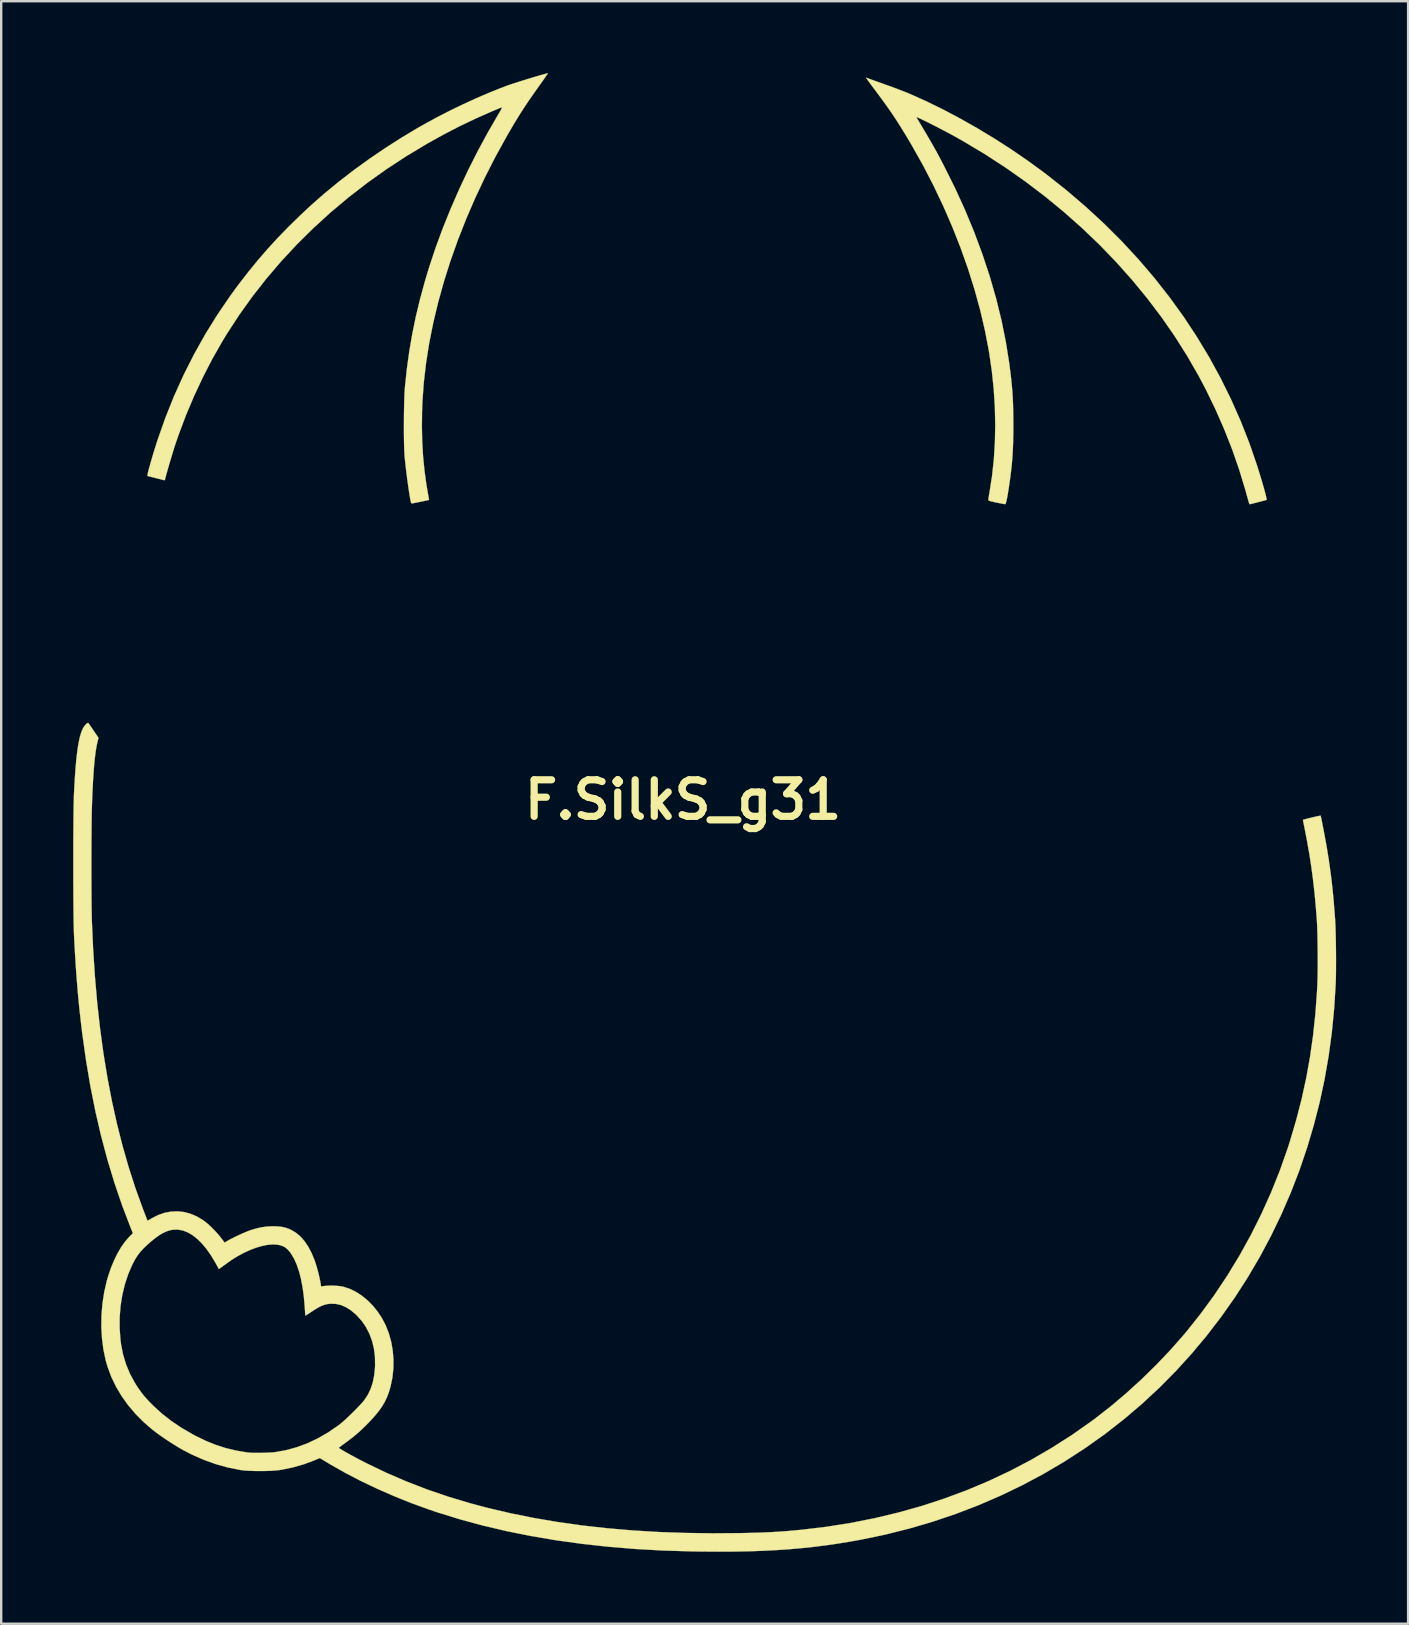
<source format=kicad_pcb>
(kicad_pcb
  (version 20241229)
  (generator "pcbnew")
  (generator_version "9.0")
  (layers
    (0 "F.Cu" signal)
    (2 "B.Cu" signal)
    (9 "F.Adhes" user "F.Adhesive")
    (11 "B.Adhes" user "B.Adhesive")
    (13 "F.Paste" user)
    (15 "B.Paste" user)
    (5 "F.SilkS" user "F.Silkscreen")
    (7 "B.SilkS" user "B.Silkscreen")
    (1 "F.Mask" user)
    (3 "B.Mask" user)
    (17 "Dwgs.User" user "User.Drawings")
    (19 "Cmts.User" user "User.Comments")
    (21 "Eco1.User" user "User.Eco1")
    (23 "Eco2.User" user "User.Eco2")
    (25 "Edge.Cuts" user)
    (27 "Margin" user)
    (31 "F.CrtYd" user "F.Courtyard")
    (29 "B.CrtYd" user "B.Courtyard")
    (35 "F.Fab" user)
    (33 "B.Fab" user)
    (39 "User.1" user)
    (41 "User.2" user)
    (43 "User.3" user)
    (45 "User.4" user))
  (footprint "F.SilkS_g31"
    (layer "F.Cu")
    (at 25.417 30.285)
    (property "Reference" "F.SilkS_g31" (at 0 0 0) (layer "F.SilkS") (effects (font (size 1.524 1.524) (thickness 0.3))))
    (attr through_hole)
    (fp_poly (pts (xy 7.651 -30.092) (xy 7.686 -30.079) (xy 7.718 -30.067) (xy 7.784 -30.043) (xy 7.88 -30.008) (xy 8.001 -29.964) (xy 8.141 -29.914) (xy 8.296 -29.859) (xy 8.403 -29.821) (xy 8.584 -29.756) (xy 8.77 -29.688) (xy 8.954 -29.619) (xy 9.126 -29.553) (xy 9.278 -29.494) (xy 9.401 -29.444) (xy 9.43 -29.432) (xy 10.128 -29.119) (xy 10.838 -28.772) (xy 11.555 -28.393) (xy 12.273 -27.986) (xy 12.986 -27.555) (xy 13.689 -27.103) (xy 14.375 -26.632) (xy 15.038 -26.148) (xy 15.155 -26.059) (xy 15.991 -25.397) (xy 16.791 -24.712) (xy 17.558 -24.005) (xy 18.289 -23.275) (xy 18.985 -22.523) (xy 19.645 -21.75) (xy 20.269 -20.956) (xy 20.858 -20.142) (xy 21.409 -19.308) (xy 21.924 -18.455) (xy 22.401 -17.582) (xy 22.841 -16.691) (xy 23.244 -15.782) (xy 23.608 -14.855) (xy 23.933 -13.91) (xy 24.116 -13.314) (xy 24.18 -13.093) (xy 24.233 -12.905) (xy 24.274 -12.751) (xy 24.303 -12.633) (xy 24.321 -12.551) (xy 24.325 -12.507) (xy 24.323 -12.5) (xy 24.299 -12.493) (xy 24.243 -12.477) (xy 24.162 -12.456) (xy 24.065 -12.431) (xy 23.96 -12.404) (xy 23.856 -12.377) (xy 23.761 -12.353) (xy 23.684 -12.334) (xy 23.632 -12.322) (xy 23.614 -12.319) (xy 23.603 -12.338) (xy 23.586 -12.385) (xy 23.573 -12.43) (xy 23.557 -12.486) (xy 23.532 -12.574) (xy 23.501 -12.685) (xy 23.466 -12.811) (xy 23.432 -12.933) (xy 23.176 -13.776) (xy 22.881 -14.622) (xy 22.548 -15.465) (xy 22.181 -16.299) (xy 21.782 -17.12) (xy 21.489 -17.674) (xy 21.008 -18.51) (xy 20.49 -19.328) (xy 19.934 -20.129) (xy 19.342 -20.91) (xy 18.715 -21.672) (xy 18.055 -22.412) (xy 17.361 -23.131) (xy 16.636 -23.826) (xy 15.88 -24.497) (xy 15.094 -25.143) (xy 14.279 -25.763) (xy 13.437 -26.355) (xy 12.569 -26.919) (xy 11.675 -27.453) (xy 11.353 -27.635) (xy 11.203 -27.717) (xy 11.043 -27.803) (xy 10.877 -27.891) (xy 10.708 -27.98) (xy 10.54 -28.066) (xy 10.378 -28.149) (xy 10.224 -28.226) (xy 10.085 -28.295) (xy 9.962 -28.354) (xy 9.86 -28.402) (xy 9.784 -28.435) (xy 9.737 -28.453) (xy 9.723 -28.453) (xy 9.723 -28.453) (xy 9.881 -28.188) (xy 10.02 -27.955) (xy 10.142 -27.748) (xy 10.251 -27.562) (xy 10.349 -27.392) (xy 10.44 -27.234) (xy 10.525 -27.081) (xy 10.608 -26.929) (xy 10.692 -26.773) (xy 10.779 -26.608) (xy 10.872 -26.428) (xy 10.873 -26.427) (xy 11.332 -25.507) (xy 11.753 -24.585) (xy 12.135 -23.662) (xy 12.478 -22.739) (xy 12.783 -21.819) (xy 13.047 -20.901) (xy 13.272 -19.987) (xy 13.456 -19.079) (xy 13.599 -18.177) (xy 13.652 -17.758) (xy 13.683 -17.481) (xy 13.708 -17.225) (xy 13.728 -16.981) (xy 13.743 -16.741) (xy 13.754 -16.494) (xy 13.761 -16.233) (xy 13.765 -15.948) (xy 13.767 -15.632) (xy 13.765 -15.266) (xy 13.759 -14.934) (xy 13.748 -14.627) (xy 13.732 -14.336) (xy 13.71 -14.053) (xy 13.681 -13.769) (xy 13.645 -13.475) (xy 13.601 -13.163) (xy 13.6 -13.155) (xy 13.566 -12.928) (xy 13.535 -12.741) (xy 13.509 -12.592) (xy 13.485 -12.478) (xy 13.464 -12.396) (xy 13.446 -12.345) (xy 13.429 -12.323) (xy 13.423 -12.321) (xy 13.391 -12.326) (xy 13.325 -12.338) (xy 13.234 -12.356) (xy 13.126 -12.377) (xy 13.06 -12.391) (xy 12.926 -12.42) (xy 12.829 -12.443) (xy 12.766 -12.463) (xy 12.733 -12.48) (xy 12.726 -12.491) (xy 12.727 -12.523) (xy 12.735 -12.587) (xy 12.749 -12.676) (xy 12.767 -12.781) (xy 12.772 -12.807) (xy 12.878 -13.48) (xy 12.954 -14.178) (xy 12.999 -14.896) (xy 13.013 -15.629) (xy 12.997 -16.373) (xy 12.949 -17.123) (xy 12.871 -17.875) (xy 12.868 -17.896) (xy 12.745 -18.728) (xy 12.582 -19.571) (xy 12.383 -20.424) (xy 12.146 -21.283) (xy 11.874 -22.146) (xy 11.567 -23.011) (xy 11.226 -23.874) (xy 10.853 -24.734) (xy 10.448 -25.586) (xy 10.013 -26.428) (xy 9.547 -27.258) (xy 9.358 -27.578) (xy 9.193 -27.85) (xy 9.04 -28.096) (xy 8.895 -28.325) (xy 8.75 -28.543) (xy 8.602 -28.76) (xy 8.444 -28.983) (xy 8.271 -29.221) (xy 8.078 -29.482) (xy 8.036 -29.538) (xy 7.936 -29.671) (xy 7.846 -29.792) (xy 7.768 -29.899) (xy 7.704 -29.986) (xy 7.658 -30.05) (xy 7.633 -30.087) (xy 7.629 -30.094) (xy 7.651 -30.092)) (stroke (width 0.01) (type solid)) (fill yes) (layer "F.SilkS"))
    (fp_poly (pts (xy -5.635 -30.28) (xy -5.644 -30.261) (xy -5.676 -30.212) (xy -5.726 -30.138) (xy -5.792 -30.044) (xy -5.871 -29.932) (xy -5.959 -29.809) (xy -5.974 -29.788) (xy -6.213 -29.452) (xy -6.431 -29.138) (xy -6.633 -28.834) (xy -6.828 -28.53) (xy -7.02 -28.216) (xy -7.218 -27.881) (xy -7.355 -27.644) (xy -7.823 -26.794) (xy -8.26 -25.937) (xy -8.665 -25.075) (xy -9.039 -24.209) (xy -9.38 -23.342) (xy -9.688 -22.476) (xy -9.962 -21.612) (xy -10.201 -20.753) (xy -10.406 -19.901) (xy -10.575 -19.058) (xy -10.707 -18.225) (xy -10.803 -17.405) (xy -10.861 -16.599) (xy -10.876 -16.209) (xy -10.883 -15.546) (xy -10.869 -14.912) (xy -10.833 -14.301) (xy -10.774 -13.707) (xy -10.693 -13.121) (xy -10.624 -12.723) (xy -10.607 -12.633) (xy -10.595 -12.559) (xy -10.589 -12.512) (xy -10.588 -12.498) (xy -10.61 -12.493) (xy -10.666 -12.48) (xy -10.749 -12.463) (xy -10.852 -12.441) (xy -10.922 -12.427) (xy -11.037 -12.403) (xy -11.139 -12.383) (xy -11.22 -12.366) (xy -11.273 -12.355) (xy -11.286 -12.352) (xy -11.323 -12.363) (xy -11.334 -12.382) (xy -11.351 -12.448) (xy -11.372 -12.551) (xy -11.395 -12.686) (xy -11.42 -12.847) (xy -11.447 -13.028) (xy -11.475 -13.225) (xy -11.502 -13.432) (xy -11.529 -13.644) (xy -11.554 -13.855) (xy -11.577 -14.06) (xy -11.597 -14.254) (xy -11.604 -14.319) (xy -11.612 -14.441) (xy -11.619 -14.6) (xy -11.625 -14.789) (xy -11.629 -15.002) (xy -11.632 -15.234) (xy -11.633 -15.479) (xy -11.632 -15.73) (xy -11.631 -15.983) (xy -11.628 -16.23) (xy -11.623 -16.466) (xy -11.617 -16.685) (xy -11.61 -16.881) (xy -11.602 -17.049) (xy -11.592 -17.177) (xy -11.512 -17.94) (xy -11.41 -18.685) (xy -11.284 -19.42) (xy -11.132 -20.154) (xy -10.954 -20.894) (xy -10.747 -21.648) (xy -10.569 -22.235) (xy -10.307 -23.021) (xy -10.012 -23.822) (xy -9.686 -24.63) (xy -9.332 -25.441) (xy -8.954 -26.246) (xy -8.554 -27.039) (xy -8.134 -27.815) (xy -7.734 -28.507) (xy -7.659 -28.634) (xy -7.605 -28.728) (xy -7.57 -28.794) (xy -7.552 -28.835) (xy -7.549 -28.856) (xy -7.559 -28.86) (xy -7.562 -28.859) (xy -7.597 -28.846) (xy -7.663 -28.82) (xy -7.753 -28.783) (xy -7.859 -28.738) (xy -7.948 -28.701) (xy -8.632 -28.399) (xy -9.303 -28.079) (xy -9.971 -27.733) (xy -10.647 -27.358) (xy -11.509 -26.841) (xy -12.345 -26.295) (xy -13.152 -25.721) (xy -13.931 -25.118) (xy -14.681 -24.49) (xy -15.399 -23.835) (xy -16.086 -23.157) (xy -16.74 -22.454) (xy -17.36 -21.728) (xy -17.946 -20.981) (xy -18.496 -20.213) (xy -19.01 -19.425) (xy -19.214 -19.088) (xy -19.626 -18.362) (xy -20.015 -17.606) (xy -20.379 -16.828) (xy -20.714 -16.036) (xy -21.015 -15.237) (xy -21.146 -14.859) (xy -21.181 -14.75) (xy -21.223 -14.619) (xy -21.268 -14.472) (xy -21.316 -14.315) (xy -21.364 -14.153) (xy -21.412 -13.992) (xy -21.457 -13.837) (xy -21.498 -13.694) (xy -21.534 -13.568) (xy -21.562 -13.464) (xy -21.581 -13.389) (xy -21.59 -13.347) (xy -21.59 -13.343) (xy -21.602 -13.323) (xy -21.641 -13.326) (xy -21.648 -13.328) (xy -21.689 -13.338) (xy -21.762 -13.356) (xy -21.858 -13.381) (xy -21.968 -13.408) (xy -22.013 -13.42) (xy -22.32 -13.497) (xy -22.315 -13.561) (xy -22.307 -13.608) (xy -22.288 -13.69) (xy -22.259 -13.801) (xy -22.221 -13.936) (xy -22.178 -14.089) (xy -22.13 -14.255) (xy -22.078 -14.428) (xy -22.025 -14.602) (xy -21.972 -14.773) (xy -21.921 -14.934) (xy -21.904 -14.986) (xy -21.578 -15.912) (xy -21.216 -16.817) (xy -20.817 -17.701) (xy -20.382 -18.563) (xy -19.911 -19.404) (xy -19.403 -20.223) (xy -18.86 -21.019) (xy -18.547 -21.446) (xy -18.142 -21.971) (xy -17.735 -22.471) (xy -17.319 -22.953) (xy -16.888 -23.423) (xy -16.435 -23.889) (xy -15.955 -24.358) (xy -15.505 -24.778) (xy -14.947 -25.269) (xy -14.352 -25.758) (xy -13.727 -26.24) (xy -13.077 -26.711) (xy -12.408 -27.166) (xy -11.727 -27.601) (xy -11.038 -28.013) (xy -10.721 -28.193) (xy -10.218 -28.465) (xy -9.696 -28.732) (xy -9.165 -28.989) (xy -8.633 -29.233) (xy -8.11 -29.458) (xy -7.605 -29.662) (xy -7.345 -29.76) (xy -7.256 -29.792) (xy -7.142 -29.83) (xy -7.008 -29.874) (xy -6.859 -29.922) (xy -6.699 -29.972) (xy -6.534 -30.023) (xy -6.37 -30.073) (xy -6.21 -30.122) (xy -6.06 -30.166) (xy -5.925 -30.205) (xy -5.81 -30.238) (xy -5.72 -30.262) (xy -5.66 -30.277) (xy -5.635 -30.28) (xy -5.635 -30.28)) (stroke (width 0.01) (type solid)) (fill yes) (layer "F.SilkS"))
    (fp_poly (pts (xy -24.786 -3.203) (xy -24.77 -3.18) (xy -24.734 -3.129) (xy -24.683 -3.055) (xy -24.621 -2.964) (xy -24.567 -2.885) (xy -24.362 -2.584) (xy -24.403 -2.419) (xy -24.442 -2.241) (xy -24.478 -2.027) (xy -24.51 -1.776) (xy -24.54 -1.486) (xy -24.566 -1.158) (xy -24.59 -0.79) (xy -24.611 -0.382) (xy -24.629 0.068) (xy -24.638 0.349) (xy -24.642 0.517) (xy -24.646 0.721) (xy -24.649 0.956) (xy -24.652 1.218) (xy -24.654 1.501) (xy -24.656 1.802) (xy -24.657 2.115) (xy -24.658 2.437) (xy -24.658 2.762) (xy -24.658 3.085) (xy -24.657 3.403) (xy -24.656 3.71) (xy -24.654 4.002) (xy -24.652 4.274) (xy -24.649 4.521) (xy -24.645 4.74) (xy -24.642 4.924) (xy -24.638 5.048) (xy -24.586 6.22) (xy -24.512 7.356) (xy -24.416 8.459) (xy -24.297 9.529) (xy -24.156 10.567) (xy -23.991 11.575) (xy -23.804 12.553) (xy -23.593 13.504) (xy -23.359 14.427) (xy -23.101 15.325) (xy -22.819 16.197) (xy -22.512 17.047) (xy -22.446 17.219) (xy -22.404 17.327) (xy -22.368 17.419) (xy -22.34 17.49) (xy -22.324 17.533) (xy -22.32 17.542) (xy -22.302 17.534) (xy -22.255 17.509) (xy -22.189 17.47) (xy -22.143 17.443) (xy -21.88 17.308) (xy -21.612 17.214) (xy -21.34 17.162) (xy -21.067 17.151) (xy -20.795 17.181) (xy -20.526 17.252) (xy -20.264 17.364) (xy -20.009 17.516) (xy -19.929 17.574) (xy -19.803 17.677) (xy -19.664 17.805) (xy -19.522 17.949) (xy -19.387 18.097) (xy -19.268 18.24) (xy -19.25 18.264) (xy -19.105 18.455) (xy -19.019 18.401) (xy -18.923 18.346) (xy -18.797 18.28) (xy -18.652 18.208) (xy -18.498 18.135) (xy -18.345 18.066) (xy -18.204 18.006) (xy -18.083 17.958) (xy -18.033 17.94) (xy -17.792 17.867) (xy -17.571 17.817) (xy -17.359 17.787) (xy -17.141 17.775) (xy -17.092 17.774) (xy -16.891 17.78) (xy -16.719 17.799) (xy -16.565 17.833) (xy -16.418 17.886) (xy -16.33 17.926) (xy -16.129 18.047) (xy -15.945 18.201) (xy -15.777 18.391) (xy -15.624 18.617) (xy -15.484 18.882) (xy -15.359 19.181) (xy -15.312 19.32) (xy -15.261 19.486) (xy -15.212 19.666) (xy -15.168 19.846) (xy -15.131 20.012) (xy -15.112 20.118) (xy -15.085 20.281) (xy -14.956 20.264) (xy -14.794 20.249) (xy -14.614 20.247) (xy -14.431 20.255) (xy -14.263 20.274) (xy -14.151 20.296) (xy -13.895 20.379) (xy -13.642 20.502) (xy -13.395 20.66) (xy -13.159 20.852) (xy -12.938 21.073) (xy -12.735 21.322) (xy -12.562 21.579) (xy -12.395 21.896) (xy -12.262 22.235) (xy -12.162 22.591) (xy -12.098 22.959) (xy -12.068 23.334) (xy -12.073 23.713) (xy -12.114 24.09) (xy -12.192 24.461) (xy -12.26 24.691) (xy -12.335 24.891) (xy -12.425 25.081) (xy -12.533 25.267) (xy -12.664 25.455) (xy -12.821 25.65) (xy -13.008 25.859) (xy -13.121 25.977) (xy -13.338 26.193) (xy -13.545 26.383) (xy -13.756 26.56) (xy -13.982 26.734) (xy -14.094 26.815) (xy -14.182 26.879) (xy -14.257 26.935) (xy -14.313 26.978) (xy -14.343 27.003) (xy -14.346 27.007) (xy -14.331 27.023) (xy -14.282 27.056) (xy -14.204 27.104) (xy -14.101 27.163) (xy -13.978 27.233) (xy -13.839 27.31) (xy -13.687 27.392) (xy -13.529 27.477) (xy -13.366 27.561) (xy -13.205 27.644) (xy -13.176 27.659) (xy -12.356 28.052) (xy -11.52 28.413) (xy -10.663 28.744) (xy -9.783 29.045) (xy -8.876 29.317) (xy -8.128 29.516) (xy -7.187 29.736) (xy -6.225 29.93) (xy -5.239 30.098) (xy -4.229 30.241) (xy -3.194 30.357) (xy -2.13 30.449) (xy -1.039 30.515) (xy 0.083 30.555) (xy 1.237 30.571) (xy 2.366 30.563) (xy 2.752 30.555) (xy 3.105 30.545) (xy 3.431 30.533) (xy 3.739 30.518) (xy 4.038 30.5) (xy 4.336 30.478) (xy 4.639 30.452) (xy 4.911 30.426) (xy 5.956 30.302) (xy 6.983 30.14) (xy 7.992 29.94) (xy 8.983 29.703) (xy 9.956 29.429) (xy 10.909 29.117) (xy 11.842 28.769) (xy 12.756 28.383) (xy 13.65 27.961) (xy 14.522 27.502) (xy 15.374 27.006) (xy 16.205 26.475) (xy 17.013 25.907) (xy 17.166 25.794) (xy 17.823 25.282) (xy 18.472 24.733) (xy 19.108 24.155) (xy 19.724 23.551) (xy 20.315 22.929) (xy 20.874 22.295) (xy 20.977 22.172) (xy 21.578 21.417) (xy 22.15 20.633) (xy 22.689 19.824) (xy 23.196 18.99) (xy 23.669 18.134) (xy 24.107 17.258) (xy 24.509 16.365) (xy 24.873 15.456) (xy 25.198 14.535) (xy 25.301 14.213) (xy 25.559 13.339) (xy 25.783 12.47) (xy 25.973 11.601) (xy 26.131 10.725) (xy 26.258 9.837) (xy 26.355 8.931) (xy 26.423 8.001) (xy 26.439 7.684) (xy 26.445 7.513) (xy 26.45 7.309) (xy 26.453 7.08) (xy 26.454 6.832) (xy 26.454 6.572) (xy 26.452 6.307) (xy 26.449 6.044) (xy 26.445 5.79) (xy 26.439 5.551) (xy 26.432 5.335) (xy 26.425 5.148) (xy 26.417 5.016) (xy 26.371 4.421) (xy 26.318 3.856) (xy 26.256 3.313) (xy 26.185 2.781) (xy 26.102 2.249) (xy 26.007 1.708) (xy 25.937 1.344) (xy 25.91 1.206) (xy 25.885 1.081) (xy 25.864 0.976) (xy 25.849 0.896) (xy 25.839 0.849) (xy 25.837 0.838) (xy 25.856 0.83) (xy 25.908 0.814) (xy 25.985 0.793) (xy 26.08 0.769) (xy 26.185 0.743) (xy 26.291 0.718) (xy 26.391 0.695) (xy 26.476 0.677) (xy 26.54 0.665) (xy 26.573 0.661) (xy 26.576 0.662) (xy 26.582 0.685) (xy 26.595 0.744) (xy 26.614 0.833) (xy 26.636 0.946) (xy 26.662 1.078) (xy 26.69 1.222) (xy 26.719 1.372) (xy 26.747 1.524) (xy 26.774 1.67) (xy 26.799 1.805) (xy 26.821 1.924) (xy 26.837 2.021) (xy 26.837 2.021) (xy 26.91 2.475) (xy 26.973 2.914) (xy 27.029 3.35) (xy 27.078 3.793) (xy 27.121 4.253) (xy 27.16 4.74) (xy 27.179 4.995) (xy 27.187 5.148) (xy 27.195 5.336) (xy 27.201 5.552) (xy 27.207 5.791) (xy 27.211 6.045) (xy 27.214 6.307) (xy 27.216 6.571) (xy 27.216 6.83) (xy 27.215 7.076) (xy 27.212 7.304) (xy 27.208 7.507) (xy 27.202 7.677) (xy 27.202 7.684) (xy 27.138 8.707) (xy 27.04 9.709) (xy 26.906 10.692) (xy 26.737 11.659) (xy 26.532 12.614) (xy 26.289 13.561) (xy 26.017 14.478) (xy 25.694 15.431) (xy 25.333 16.366) (xy 24.936 17.282) (xy 24.504 18.178) (xy 24.036 19.054) (xy 23.535 19.906) (xy 23.001 20.736) (xy 22.434 21.541) (xy 21.836 22.321) (xy 21.207 23.074) (xy 20.547 23.8) (xy 19.859 24.497) (xy 19.142 25.163) (xy 18.397 25.799) (xy 17.626 26.402) (xy 17.537 26.469) (xy 16.722 27.045) (xy 15.885 27.587) (xy 15.024 28.094) (xy 14.141 28.565) (xy 13.237 29) (xy 12.314 29.399) (xy 11.371 29.761) (xy 10.409 30.086) (xy 9.43 30.373) (xy 8.434 30.623) (xy 7.423 30.834) (xy 6.985 30.913) (xy 6.467 30.997) (xy 5.953 31.072) (xy 5.439 31.136) (xy 4.921 31.191) (xy 4.394 31.237) (xy 3.853 31.273) (xy 3.296 31.301) (xy 2.717 31.321) (xy 2.111 31.332) (xy 1.476 31.335) (xy 0.805 31.331) (xy 0.37 31.324) (xy -0.811 31.289) (xy -1.967 31.225) (xy -3.099 31.132) (xy -4.204 31.011) (xy -5.283 30.862) (xy -6.334 30.684) (xy -7.356 30.479) (xy -8.35 30.245) (xy -9.312 29.984) (xy -10.244 29.695) (xy -10.594 29.577) (xy -11.325 29.311) (xy -12.046 29.021) (xy -12.751 28.712) (xy -13.434 28.386) (xy -14.089 28.045) (xy -14.711 27.692) (xy -14.915 27.569) (xy -15.138 27.433) (xy -15.342 27.52) (xy -15.779 27.685) (xy -16.243 27.819) (xy -16.731 27.922) (xy -16.735 27.923) (xy -16.877 27.942) (xy -17.052 27.957) (xy -17.251 27.968) (xy -17.464 27.974) (xy -17.683 27.975) (xy -17.897 27.972) (xy -18.099 27.964) (xy -18.278 27.952) (xy -18.426 27.935) (xy -18.436 27.933) (xy -18.954 27.831) (xy -19.471 27.688) (xy -19.981 27.504) (xy -20.482 27.283) (xy -20.838 27.098) (xy -21.012 26.998) (xy -21.205 26.88) (xy -21.408 26.751) (xy -21.61 26.616) (xy -21.803 26.483) (xy -21.976 26.357) (xy -22.104 26.259) (xy -22.479 25.935) (xy -22.82 25.592) (xy -23.127 25.23) (xy -23.398 24.851) (xy -23.631 24.458) (xy -23.827 24.052) (xy -23.982 23.634) (xy -24.059 23.371) (xy -24.155 22.919) (xy -24.216 22.45) (xy -24.241 22.024) (xy -23.481 22.024) (xy -23.447 22.494) (xy -23.419 22.711) (xy -23.336 23.128) (xy -23.213 23.532) (xy -23.05 23.923) (xy -22.847 24.298) (xy -22.761 24.435) (xy -22.663 24.58) (xy -22.57 24.709) (xy -22.474 24.83) (xy -22.369 24.952) (xy -22.247 25.083) (xy -22.1 25.232) (xy -22.079 25.253) (xy -21.723 25.579) (xy -21.331 25.886) (xy -20.902 26.175) (xy -20.435 26.446) (xy -20.288 26.524) (xy -19.877 26.722) (xy -19.474 26.885) (xy -19.071 27.015) (xy -18.657 27.116) (xy -18.223 27.191) (xy -18.108 27.206) (xy -18.024 27.213) (xy -17.907 27.217) (xy -17.767 27.218) (xy -17.613 27.217) (xy -17.455 27.214) (xy -17.302 27.209) (xy -17.164 27.202) (xy -17.05 27.193) (xy -17.003 27.188) (xy -16.549 27.107) (xy -16.101 26.985) (xy -15.66 26.822) (xy -15.227 26.618) (xy -14.802 26.374) (xy -14.388 26.09) (xy -14.287 26.014) (xy -14.198 25.94) (xy -14.089 25.844) (xy -13.966 25.73) (xy -13.836 25.605) (xy -13.705 25.476) (xy -13.579 25.347) (xy -13.464 25.227) (xy -13.367 25.12) (xy -13.293 25.032) (xy -13.275 25.008) (xy -13.132 24.79) (xy -13.019 24.553) (xy -12.933 24.293) (xy -12.874 24.007) (xy -12.84 23.691) (xy -12.834 23.58) (xy -12.839 23.223) (xy -12.88 22.882) (xy -12.958 22.558) (xy -13.071 22.252) (xy -13.218 21.968) (xy -13.399 21.707) (xy -13.614 21.471) (xy -13.633 21.452) (xy -13.839 21.279) (xy -14.045 21.148) (xy -14.252 21.058) (xy -14.462 21.009) (xy -14.674 21.001) (xy -14.709 21.004) (xy -14.831 21.019) (xy -14.944 21.046) (xy -15.058 21.088) (xy -15.179 21.147) (xy -15.318 21.229) (xy -15.434 21.304) (xy -15.533 21.369) (xy -15.619 21.425) (xy -15.686 21.467) (xy -15.728 21.493) (xy -15.74 21.499) (xy -15.742 21.478) (xy -15.747 21.421) (xy -15.753 21.335) (xy -15.76 21.227) (xy -15.768 21.114) (xy -15.803 20.705) (xy -15.855 20.324) (xy -15.921 19.974) (xy -16.003 19.657) (xy -16.1 19.374) (xy -16.21 19.127) (xy -16.334 18.918) (xy -16.37 18.867) (xy -16.471 18.746) (xy -16.572 18.659) (xy -16.683 18.599) (xy -16.818 18.558) (xy -16.913 18.54) (xy -17.099 18.529) (xy -17.31 18.547) (xy -17.539 18.592) (xy -17.783 18.663) (xy -18.036 18.758) (xy -18.294 18.876) (xy -18.552 19.014) (xy -18.805 19.171) (xy -18.965 19.283) (xy -19.055 19.349) (xy -19.142 19.412) (xy -19.215 19.465) (xy -19.255 19.494) (xy -19.343 19.558) (xy -19.474 19.32) (xy -19.658 19.011) (xy -19.846 18.738) (xy -20.04 18.504) (xy -20.237 18.307) (xy -20.437 18.149) (xy -20.639 18.03) (xy -20.843 17.951) (xy -21.047 17.913) (xy -21.25 17.916) (xy -21.362 17.936) (xy -21.508 17.98) (xy -21.655 18.045) (xy -21.809 18.134) (xy -21.975 18.249) (xy -22.156 18.394) (xy -22.315 18.534) (xy -22.48 18.69) (xy -22.616 18.838) (xy -22.732 18.988) (xy -22.836 19.152) (xy -22.937 19.342) (xy -22.953 19.374) (xy -23.125 19.773) (xy -23.264 20.195) (xy -23.37 20.636) (xy -23.442 21.091) (xy -23.479 21.555) (xy -23.481 22.024) (xy -24.241 22.024) (xy -24.244 21.968) (xy -24.237 21.481) (xy -24.197 20.994) (xy -24.123 20.514) (xy -24.016 20.047) (xy -23.96 19.857) (xy -23.847 19.523) (xy -23.718 19.208) (xy -23.577 18.918) (xy -23.425 18.656) (xy -23.265 18.427) (xy -23.1 18.235) (xy -23.084 18.219) (xy -22.928 18.064) (xy -23.022 17.832) (xy -23.372 16.918) (xy -23.693 15.976) (xy -23.987 15.007) (xy -24.253 14.009) (xy -24.491 12.982) (xy -24.702 11.924) (xy -24.885 10.836) (xy -25.04 9.731) (xy -25.104 9.193) (xy -25.163 8.659) (xy -25.215 8.122) (xy -25.261 7.575) (xy -25.303 7.01) (xy -25.34 6.42) (xy -25.374 5.797) (xy -25.383 5.599) (xy -25.388 5.472) (xy -25.393 5.307) (xy -25.397 5.107) (xy -25.4 4.876) (xy -25.403 4.619) (xy -25.406 4.338) (xy -25.408 4.038) (xy -25.409 3.722) (xy -25.411 3.394) (xy -25.411 3.059) (xy -25.412 2.719) (xy -25.411 2.378) (xy -25.411 2.041) (xy -25.41 1.711) (xy -25.408 1.392) (xy -25.406 1.087) (xy -25.404 0.801) (xy -25.401 0.537) (xy -25.398 0.299) (xy -25.394 0.091) (xy -25.39 -0.083) (xy -25.385 -0.22) (xy -25.383 -0.254) (xy -25.361 -0.677) (xy -25.337 -1.059) (xy -25.311 -1.404) (xy -25.282 -1.711) (xy -25.251 -1.985) (xy -25.217 -2.225) (xy -25.179 -2.435) (xy -25.139 -2.617) (xy -25.094 -2.771) (xy -25.046 -2.901) (xy -24.993 -3.009) (xy -24.988 -3.017) (xy -24.945 -3.079) (xy -24.895 -3.136) (xy -24.846 -3.181) (xy -24.807 -3.204) (xy -24.786 -3.203)) (stroke (width 0.01) (type solid)) (fill yes) (layer "F.SilkS")))
  (gr_rect
    (start -3 -3)
    (end 55.637 64.625)
    (stroke (width 0.1) (type default))
    (fill no)
    (layer "Edge.Cuts")))
</source>
